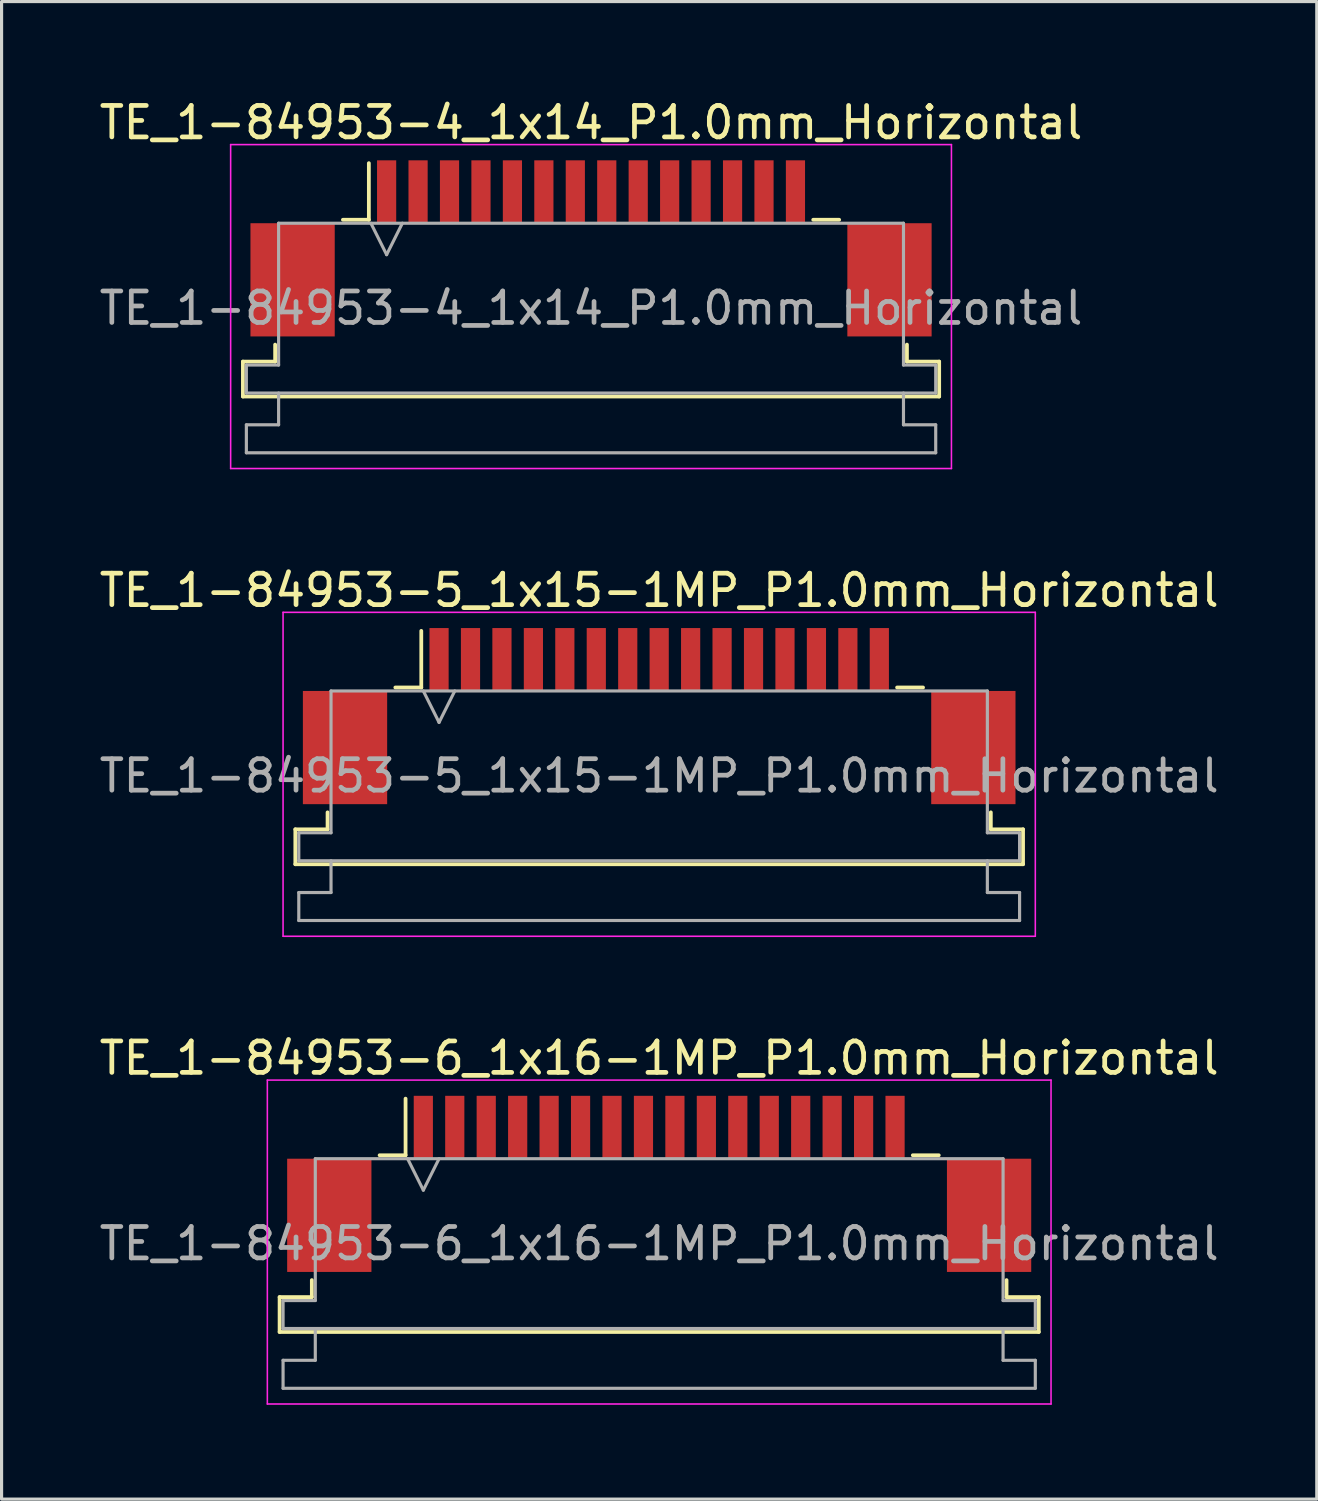
<source format=kicad_pcb>
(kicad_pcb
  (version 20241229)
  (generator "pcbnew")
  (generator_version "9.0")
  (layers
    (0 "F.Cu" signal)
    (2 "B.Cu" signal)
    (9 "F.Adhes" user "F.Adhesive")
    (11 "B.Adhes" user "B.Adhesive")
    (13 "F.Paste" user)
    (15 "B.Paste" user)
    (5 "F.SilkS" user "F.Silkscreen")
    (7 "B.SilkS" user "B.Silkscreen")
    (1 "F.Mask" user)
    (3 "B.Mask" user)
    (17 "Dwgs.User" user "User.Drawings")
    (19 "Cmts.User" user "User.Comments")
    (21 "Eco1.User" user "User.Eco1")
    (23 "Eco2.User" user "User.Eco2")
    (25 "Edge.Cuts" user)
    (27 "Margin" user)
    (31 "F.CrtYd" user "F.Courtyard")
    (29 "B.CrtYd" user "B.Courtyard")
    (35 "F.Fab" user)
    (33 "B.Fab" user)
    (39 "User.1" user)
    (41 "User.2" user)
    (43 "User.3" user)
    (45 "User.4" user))
  (footprint "TE_1-84953-5_1x15-1MP_P1.0mm_Horizontal"
    (layer "F.Cu")
    (at 17.911 19.721)
    (property "Reference" "TE_1-84953-5_1x15-1MP_P1.0mm_Horizontal" (at 0 -4 0) (layer "F.SilkS") (effects (font (size 1 1) (thickness 0.15))))
    (attr smd)
    (fp_line (start -11.57 3.6) (end -10.545 3.6) (stroke (width 0.12) (type solid)) (layer "F.SilkS"))
    (fp_line (start -11.57 4.71) (end -11.57 3.6) (stroke (width 0.12) (type solid)) (layer "F.SilkS"))
    (fp_line (start -10.545 3.6) (end -10.545 3.06) (stroke (width 0.12) (type solid)) (layer "F.SilkS"))
    (fp_line (start -8.39 -0.91) (end -7.565 -0.91) (stroke (width 0.12) (type solid)) (layer "F.SilkS"))
    (fp_line (start -7.565 -0.91) (end -7.565 -2.71) (stroke (width 0.12) (type solid)) (layer "F.SilkS"))
    (fp_line (start 7.565 -0.91) (end 8.39 -0.91) (stroke (width 0.12) (type solid)) (layer "F.SilkS"))
    (fp_line (start 10.545 3.06) (end 10.545 3.6) (stroke (width 0.12) (type solid)) (layer "F.SilkS"))
    (fp_line (start 10.545 3.6) (end 11.57 3.6) (stroke (width 0.12) (type solid)) (layer "F.SilkS"))
    (fp_line (start 11.57 3.6) (end 11.57 4.71) (stroke (width 0.12) (type solid)) (layer "F.SilkS"))
    (fp_line (start 11.57 4.71) (end -11.57 4.71) (stroke (width 0.12) (type solid)) (layer "F.SilkS"))
    (fp_line (start -11.96 -3.3) (end -11.96 7) (stroke (width 0.05) (type solid)) (layer "F.CrtYd"))
    (fp_line (start -11.96 7) (end 11.96 7) (stroke (width 0.05) (type solid)) (layer "F.CrtYd"))
    (fp_line (start 11.96 -3.3) (end -11.96 -3.3) (stroke (width 0.05) (type solid)) (layer "F.CrtYd"))
    (fp_line (start 11.96 7) (end 11.96 -3.3) (stroke (width 0.05) (type solid)) (layer "F.CrtYd"))
    (fp_line (start -11.46 3.71) (end -10.435 3.71) (stroke (width 0.1) (type solid)) (layer "F.Fab"))
    (fp_line (start -11.46 4.6) (end -11.46 3.71) (stroke (width 0.1) (type solid)) (layer "F.Fab"))
    (fp_line (start -11.46 5.61) (end -10.435 5.61) (stroke (width 0.1) (type solid)) (layer "F.Fab"))
    (fp_line (start -11.46 6.5) (end -11.46 5.61) (stroke (width 0.1) (type solid)) (layer "F.Fab"))
    (fp_line (start -10.435 -0.8) (end 10.435 -0.8) (stroke (width 0.1) (type solid)) (layer "F.Fab"))
    (fp_line (start -10.435 3.71) (end -10.435 -0.8) (stroke (width 0.1) (type solid)) (layer "F.Fab"))
    (fp_line (start -10.435 5.61) (end -10.435 4.6) (stroke (width 0.1) (type solid)) (layer "F.Fab"))
    (fp_line (start -7.5 -0.8) (end -7 0.2) (stroke (width 0.1) (type solid)) (layer "F.Fab"))
    (fp_line (start -7 0.2) (end -6.5 -0.8) (stroke (width 0.1) (type solid)) (layer "F.Fab"))
    (fp_line (start 10.435 -0.8) (end 10.435 3.71) (stroke (width 0.1) (type solid)) (layer "F.Fab"))
    (fp_line (start 10.435 3.71) (end 11.46 3.71) (stroke (width 0.1) (type solid)) (layer "F.Fab"))
    (fp_line (start 10.435 4.6) (end 10.435 5.61) (stroke (width 0.1) (type solid)) (layer "F.Fab"))
    (fp_line (start 10.435 5.61) (end 11.46 5.61) (stroke (width 0.1) (type solid)) (layer "F.Fab"))
    (fp_line (start 11.46 3.71) (end 11.46 4.6) (stroke (width 0.1) (type solid)) (layer "F.Fab"))
    (fp_line (start 11.46 4.6) (end -11.46 4.6) (stroke (width 0.1) (type solid)) (layer "F.Fab"))
    (fp_line (start 11.46 5.61) (end 11.46 6.5) (stroke (width 0.1) (type solid)) (layer "F.Fab"))
    (fp_line (start 11.46 6.5) (end -11.46 6.5) (stroke (width 0.1) (type solid)) (layer "F.Fab"))
    (fp_text user "${REFERENCE}" (at 0 1.9 0) (layer "F.Fab") (effects (font (size 1 1) (thickness 0.15))))
    (pad "1" smd rect (at -7 -1.8) (size 0.61 2) (layers "F.Cu" "F.Mask" "F.Paste"))
    (pad "2" smd rect (at -6 -1.8) (size 0.61 2) (layers "F.Cu" "F.Mask" "F.Paste"))
    (pad "3" smd rect (at -5 -1.8) (size 0.61 2) (layers "F.Cu" "F.Mask" "F.Paste"))
    (pad "4" smd rect (at -4 -1.8) (size 0.61 2) (layers "F.Cu" "F.Mask" "F.Paste"))
    (pad "5" smd rect (at -3 -1.8) (size 0.61 2) (layers "F.Cu" "F.Mask" "F.Paste"))
    (pad "6" smd rect (at -2 -1.8) (size 0.61 2) (layers "F.Cu" "F.Mask" "F.Paste"))
    (pad "7" smd rect (at -1 -1.8) (size 0.61 2) (layers "F.Cu" "F.Mask" "F.Paste"))
    (pad "8" smd rect (at 0 -1.8) (size 0.61 2) (layers "F.Cu" "F.Mask" "F.Paste"))
    (pad "9" smd rect (at 1 -1.8) (size 0.61 2) (layers "F.Cu" "F.Mask" "F.Paste"))
    (pad "10" smd rect (at 2 -1.8) (size 0.61 2) (layers "F.Cu" "F.Mask" "F.Paste"))
    (pad "11" smd rect (at 3 -1.8) (size 0.61 2) (layers "F.Cu" "F.Mask" "F.Paste"))
    (pad "12" smd rect (at 4 -1.8) (size 0.61 2) (layers "F.Cu" "F.Mask" "F.Paste"))
    (pad "13" smd rect (at 5 -1.8) (size 0.61 2) (layers "F.Cu" "F.Mask" "F.Paste"))
    (pad "14" smd rect (at 6 -1.8) (size 0.61 2) (layers "F.Cu" "F.Mask" "F.Paste"))
    (pad "15" smd rect (at 7 -1.8) (size 0.61 2) (layers "F.Cu" "F.Mask" "F.Paste"))
    (pad "MP" smd rect (at -9.99 1) (size 2.68 3.6) (layers "F.Cu" "F.Mask" "F.Paste"))
    (pad "MP" smd rect (at 9.99 1) (size 2.68 3.6) (layers "F.Cu" "F.Mask" "F.Paste")))
  (footprint "TE_1-84953-4_1x14_P1.0mm_Horizontal"
    (layer "F.Cu")
    (at 15.744 4.848)
    (property "Reference" "TE_1-84953-4_1x14_P1.0mm_Horizontal" (at 0 -4 0) (layer "F.SilkS") (effects (font (size 1 1) (thickness 0.15))))
    (attr smd)
    (fp_line (start -11.07 3.6) (end -10.045 3.6) (stroke (width 0.12) (type solid)) (layer "F.SilkS"))
    (fp_line (start -11.07 4.71) (end -11.07 3.6) (stroke (width 0.12) (type solid)) (layer "F.SilkS"))
    (fp_line (start -10.045 3.6) (end -10.045 3.06) (stroke (width 0.12) (type solid)) (layer "F.SilkS"))
    (fp_line (start -7.89 -0.91) (end -7.065 -0.91) (stroke (width 0.12) (type solid)) (layer "F.SilkS"))
    (fp_line (start -7.065 -0.91) (end -7.065 -2.71) (stroke (width 0.12) (type solid)) (layer "F.SilkS"))
    (fp_line (start 7.065 -0.91) (end 7.89 -0.91) (stroke (width 0.12) (type solid)) (layer "F.SilkS"))
    (fp_line (start 10.045 3.06) (end 10.045 3.6) (stroke (width 0.12) (type solid)) (layer "F.SilkS"))
    (fp_line (start 10.045 3.6) (end 11.07 3.6) (stroke (width 0.12) (type solid)) (layer "F.SilkS"))
    (fp_line (start 11.07 3.6) (end 11.07 4.71) (stroke (width 0.12) (type solid)) (layer "F.SilkS"))
    (fp_line (start 11.07 4.71) (end -11.07 4.71) (stroke (width 0.12) (type solid)) (layer "F.SilkS"))
    (fp_line (start -11.46 -3.3) (end -11.46 7) (stroke (width 0.05) (type solid)) (layer "F.CrtYd"))
    (fp_line (start -11.46 7) (end 11.46 7) (stroke (width 0.05) (type solid)) (layer "F.CrtYd"))
    (fp_line (start 11.46 -3.3) (end -11.46 -3.3) (stroke (width 0.05) (type solid)) (layer "F.CrtYd"))
    (fp_line (start 11.46 7) (end 11.46 -3.3) (stroke (width 0.05) (type solid)) (layer "F.CrtYd"))
    (fp_line (start -10.96 3.71) (end -9.935 3.71) (stroke (width 0.1) (type solid)) (layer "F.Fab"))
    (fp_line (start -10.96 4.6) (end -10.96 3.71) (stroke (width 0.1) (type solid)) (layer "F.Fab"))
    (fp_line (start -10.96 5.61) (end -9.935 5.61) (stroke (width 0.1) (type solid)) (layer "F.Fab"))
    (fp_line (start -10.96 6.5) (end -10.96 5.61) (stroke (width 0.1) (type solid)) (layer "F.Fab"))
    (fp_line (start -9.935 -0.8) (end 9.935 -0.8) (stroke (width 0.1) (type solid)) (layer "F.Fab"))
    (fp_line (start -9.935 3.71) (end -9.935 -0.8) (stroke (width 0.1) (type solid)) (layer "F.Fab"))
    (fp_line (start -9.935 5.61) (end -9.935 4.6) (stroke (width 0.1) (type solid)) (layer "F.Fab"))
    (fp_line (start -7 -0.8) (end -6.5 0.2) (stroke (width 0.1) (type solid)) (layer "F.Fab"))
    (fp_line (start -6.5 0.2) (end -6 -0.8) (stroke (width 0.1) (type solid)) (layer "F.Fab"))
    (fp_line (start 9.935 -0.8) (end 9.935 3.71) (stroke (width 0.1) (type solid)) (layer "F.Fab"))
    (fp_line (start 9.935 3.71) (end 10.96 3.71) (stroke (width 0.1) (type solid)) (layer "F.Fab"))
    (fp_line (start 9.935 4.6) (end 9.935 5.61) (stroke (width 0.1) (type solid)) (layer "F.Fab"))
    (fp_line (start 9.935 5.61) (end 10.96 5.61) (stroke (width 0.1) (type solid)) (layer "F.Fab"))
    (fp_line (start 10.96 3.71) (end 10.96 4.6) (stroke (width 0.1) (type solid)) (layer "F.Fab"))
    (fp_line (start 10.96 4.6) (end -10.96 4.6) (stroke (width 0.1) (type solid)) (layer "F.Fab"))
    (fp_line (start 10.96 5.61) (end 10.96 6.5) (stroke (width 0.1) (type solid)) (layer "F.Fab"))
    (fp_line (start 10.96 6.5) (end -10.96 6.5) (stroke (width 0.1) (type solid)) (layer "F.Fab"))
    (fp_text user "${REFERENCE}" (at 0 1.9 0) (layer "F.Fab") (effects (font (size 1 1) (thickness 0.15))))
    (pad "" smd rect (at -9.49 1) (size 2.68 3.6) (layers "F.Cu" "F.Mask" "F.Paste"))
    (pad "" smd rect (at 9.49 1) (size 2.68 3.6) (layers "F.Cu" "F.Mask" "F.Paste"))
    (pad "1" smd rect (at -6.5 -1.8) (size 0.61 2) (layers "F.Cu" "F.Mask" "F.Paste"))
    (pad "2" smd rect (at -5.5 -1.8) (size 0.61 2) (layers "F.Cu" "F.Mask" "F.Paste"))
    (pad "3" smd rect (at -4.5 -1.8) (size 0.61 2) (layers "F.Cu" "F.Mask" "F.Paste"))
    (pad "4" smd rect (at -3.5 -1.8) (size 0.61 2) (layers "F.Cu" "F.Mask" "F.Paste"))
    (pad "5" smd rect (at -2.5 -1.8) (size 0.61 2) (layers "F.Cu" "F.Mask" "F.Paste"))
    (pad "6" smd rect (at -1.5 -1.8) (size 0.61 2) (layers "F.Cu" "F.Mask" "F.Paste"))
    (pad "7" smd rect (at -0.5 -1.8) (size 0.61 2) (layers "F.Cu" "F.Mask" "F.Paste"))
    (pad "8" smd rect (at 0.5 -1.8) (size 0.61 2) (layers "F.Cu" "F.Mask" "F.Paste"))
    (pad "9" smd rect (at 1.5 -1.8) (size 0.61 2) (layers "F.Cu" "F.Mask" "F.Paste"))
    (pad "10" smd rect (at 2.5 -1.8) (size 0.61 2) (layers "F.Cu" "F.Mask" "F.Paste"))
    (pad "11" smd rect (at 3.5 -1.8) (size 0.61 2) (layers "F.Cu" "F.Mask" "F.Paste"))
    (pad "12" smd rect (at 4.5 -1.8) (size 0.61 2) (layers "F.Cu" "F.Mask" "F.Paste"))
    (pad "13" smd rect (at 5.5 -1.8) (size 0.61 2) (layers "F.Cu" "F.Mask" "F.Paste"))
    (pad "14" smd rect (at 6.5 -1.8) (size 0.61 2) (layers "F.Cu" "F.Mask" "F.Paste")))
  (footprint "TE_1-84953-6_1x16-1MP_P1.0mm_Horizontal"
    (layer "F.Cu")
    (at 17.911 34.595)
    (property "Reference" "TE_1-84953-6_1x16-1MP_P1.0mm_Horizontal" (at 0 -4 0) (layer "F.SilkS") (effects (font (size 1 1) (thickness 0.15))))
    (attr smd)
    (fp_line (start -12.07 3.6) (end -11.045 3.6) (stroke (width 0.12) (type solid)) (layer "F.SilkS"))
    (fp_line (start -12.07 4.71) (end -12.07 3.6) (stroke (width 0.12) (type solid)) (layer "F.SilkS"))
    (fp_line (start -11.045 3.6) (end -11.045 3.06) (stroke (width 0.12) (type solid)) (layer "F.SilkS"))
    (fp_line (start -8.89 -0.91) (end -8.065 -0.91) (stroke (width 0.12) (type solid)) (layer "F.SilkS"))
    (fp_line (start -8.065 -0.91) (end -8.065 -2.71) (stroke (width 0.12) (type solid)) (layer "F.SilkS"))
    (fp_line (start 8.065 -0.91) (end 8.89 -0.91) (stroke (width 0.12) (type solid)) (layer "F.SilkS"))
    (fp_line (start 11.045 3.06) (end 11.045 3.6) (stroke (width 0.12) (type solid)) (layer "F.SilkS"))
    (fp_line (start 11.045 3.6) (end 12.07 3.6) (stroke (width 0.12) (type solid)) (layer "F.SilkS"))
    (fp_line (start 12.07 3.6) (end 12.07 4.71) (stroke (width 0.12) (type solid)) (layer "F.SilkS"))
    (fp_line (start 12.07 4.71) (end -12.07 4.71) (stroke (width 0.12) (type solid)) (layer "F.SilkS"))
    (fp_line (start -12.46 -3.3) (end -12.46 7) (stroke (width 0.05) (type solid)) (layer "F.CrtYd"))
    (fp_line (start -12.46 7) (end 12.46 7) (stroke (width 0.05) (type solid)) (layer "F.CrtYd"))
    (fp_line (start 12.46 -3.3) (end -12.46 -3.3) (stroke (width 0.05) (type solid)) (layer "F.CrtYd"))
    (fp_line (start 12.46 7) (end 12.46 -3.3) (stroke (width 0.05) (type solid)) (layer "F.CrtYd"))
    (fp_line (start -11.96 3.71) (end -10.935 3.71) (stroke (width 0.1) (type solid)) (layer "F.Fab"))
    (fp_line (start -11.96 4.6) (end -11.96 3.71) (stroke (width 0.1) (type solid)) (layer "F.Fab"))
    (fp_line (start -11.96 5.61) (end -10.935 5.61) (stroke (width 0.1) (type solid)) (layer "F.Fab"))
    (fp_line (start -11.96 6.5) (end -11.96 5.61) (stroke (width 0.1) (type solid)) (layer "F.Fab"))
    (fp_line (start -10.935 -0.8) (end 10.935 -0.8) (stroke (width 0.1) (type solid)) (layer "F.Fab"))
    (fp_line (start -10.935 3.71) (end -10.935 -0.8) (stroke (width 0.1) (type solid)) (layer "F.Fab"))
    (fp_line (start -10.935 5.61) (end -10.935 4.6) (stroke (width 0.1) (type solid)) (layer "F.Fab"))
    (fp_line (start -8 -0.8) (end -7.5 0.2) (stroke (width 0.1) (type solid)) (layer "F.Fab"))
    (fp_line (start -7.5 0.2) (end -7 -0.8) (stroke (width 0.1) (type solid)) (layer "F.Fab"))
    (fp_line (start 10.935 -0.8) (end 10.935 3.71) (stroke (width 0.1) (type solid)) (layer "F.Fab"))
    (fp_line (start 10.935 3.71) (end 11.96 3.71) (stroke (width 0.1) (type solid)) (layer "F.Fab"))
    (fp_line (start 10.935 4.6) (end 10.935 5.61) (stroke (width 0.1) (type solid)) (layer "F.Fab"))
    (fp_line (start 10.935 5.61) (end 11.96 5.61) (stroke (width 0.1) (type solid)) (layer "F.Fab"))
    (fp_line (start 11.96 3.71) (end 11.96 4.6) (stroke (width 0.1) (type solid)) (layer "F.Fab"))
    (fp_line (start 11.96 4.6) (end -11.96 4.6) (stroke (width 0.1) (type solid)) (layer "F.Fab"))
    (fp_line (start 11.96 5.61) (end 11.96 6.5) (stroke (width 0.1) (type solid)) (layer "F.Fab"))
    (fp_line (start 11.96 6.5) (end -11.96 6.5) (stroke (width 0.1) (type solid)) (layer "F.Fab"))
    (fp_text user "${REFERENCE}" (at 0 1.9 0) (layer "F.Fab") (effects (font (size 1 1) (thickness 0.15))))
    (pad "1" smd rect (at -7.5 -1.8) (size 0.61 2) (layers "F.Cu" "F.Mask" "F.Paste"))
    (pad "2" smd rect (at -6.5 -1.8) (size 0.61 2) (layers "F.Cu" "F.Mask" "F.Paste"))
    (pad "3" smd rect (at -5.5 -1.8) (size 0.61 2) (layers "F.Cu" "F.Mask" "F.Paste"))
    (pad "4" smd rect (at -4.5 -1.8) (size 0.61 2) (layers "F.Cu" "F.Mask" "F.Paste"))
    (pad "5" smd rect (at -3.5 -1.8) (size 0.61 2) (layers "F.Cu" "F.Mask" "F.Paste"))
    (pad "6" smd rect (at -2.5 -1.8) (size 0.61 2) (layers "F.Cu" "F.Mask" "F.Paste"))
    (pad "7" smd rect (at -1.5 -1.8) (size 0.61 2) (layers "F.Cu" "F.Mask" "F.Paste"))
    (pad "8" smd rect (at -0.5 -1.8) (size 0.61 2) (layers "F.Cu" "F.Mask" "F.Paste"))
    (pad "9" smd rect (at 0.5 -1.8) (size 0.61 2) (layers "F.Cu" "F.Mask" "F.Paste"))
    (pad "10" smd rect (at 1.5 -1.8) (size 0.61 2) (layers "F.Cu" "F.Mask" "F.Paste"))
    (pad "11" smd rect (at 2.5 -1.8) (size 0.61 2) (layers "F.Cu" "F.Mask" "F.Paste"))
    (pad "12" smd rect (at 3.5 -1.8) (size 0.61 2) (layers "F.Cu" "F.Mask" "F.Paste"))
    (pad "13" smd rect (at 4.5 -1.8) (size 0.61 2) (layers "F.Cu" "F.Mask" "F.Paste"))
    (pad "14" smd rect (at 5.5 -1.8) (size 0.61 2) (layers "F.Cu" "F.Mask" "F.Paste"))
    (pad "15" smd rect (at 6.5 -1.8) (size 0.61 2) (layers "F.Cu" "F.Mask" "F.Paste"))
    (pad "16" smd rect (at 7.5 -1.8) (size 0.61 2) (layers "F.Cu" "F.Mask" "F.Paste"))
    (pad "MP" smd rect (at -10.49 1) (size 2.68 3.6) (layers "F.Cu" "F.Mask" "F.Paste"))
    (pad "MP" smd rect (at 10.49 1) (size 2.68 3.6) (layers "F.Cu" "F.Mask" "F.Paste")))
  (gr_rect
    (start -3 -3)
    (end 38.821 44.62)
    (stroke (width 0.1) (type default))
    (fill no)
    (layer "Edge.Cuts")))
</source>
